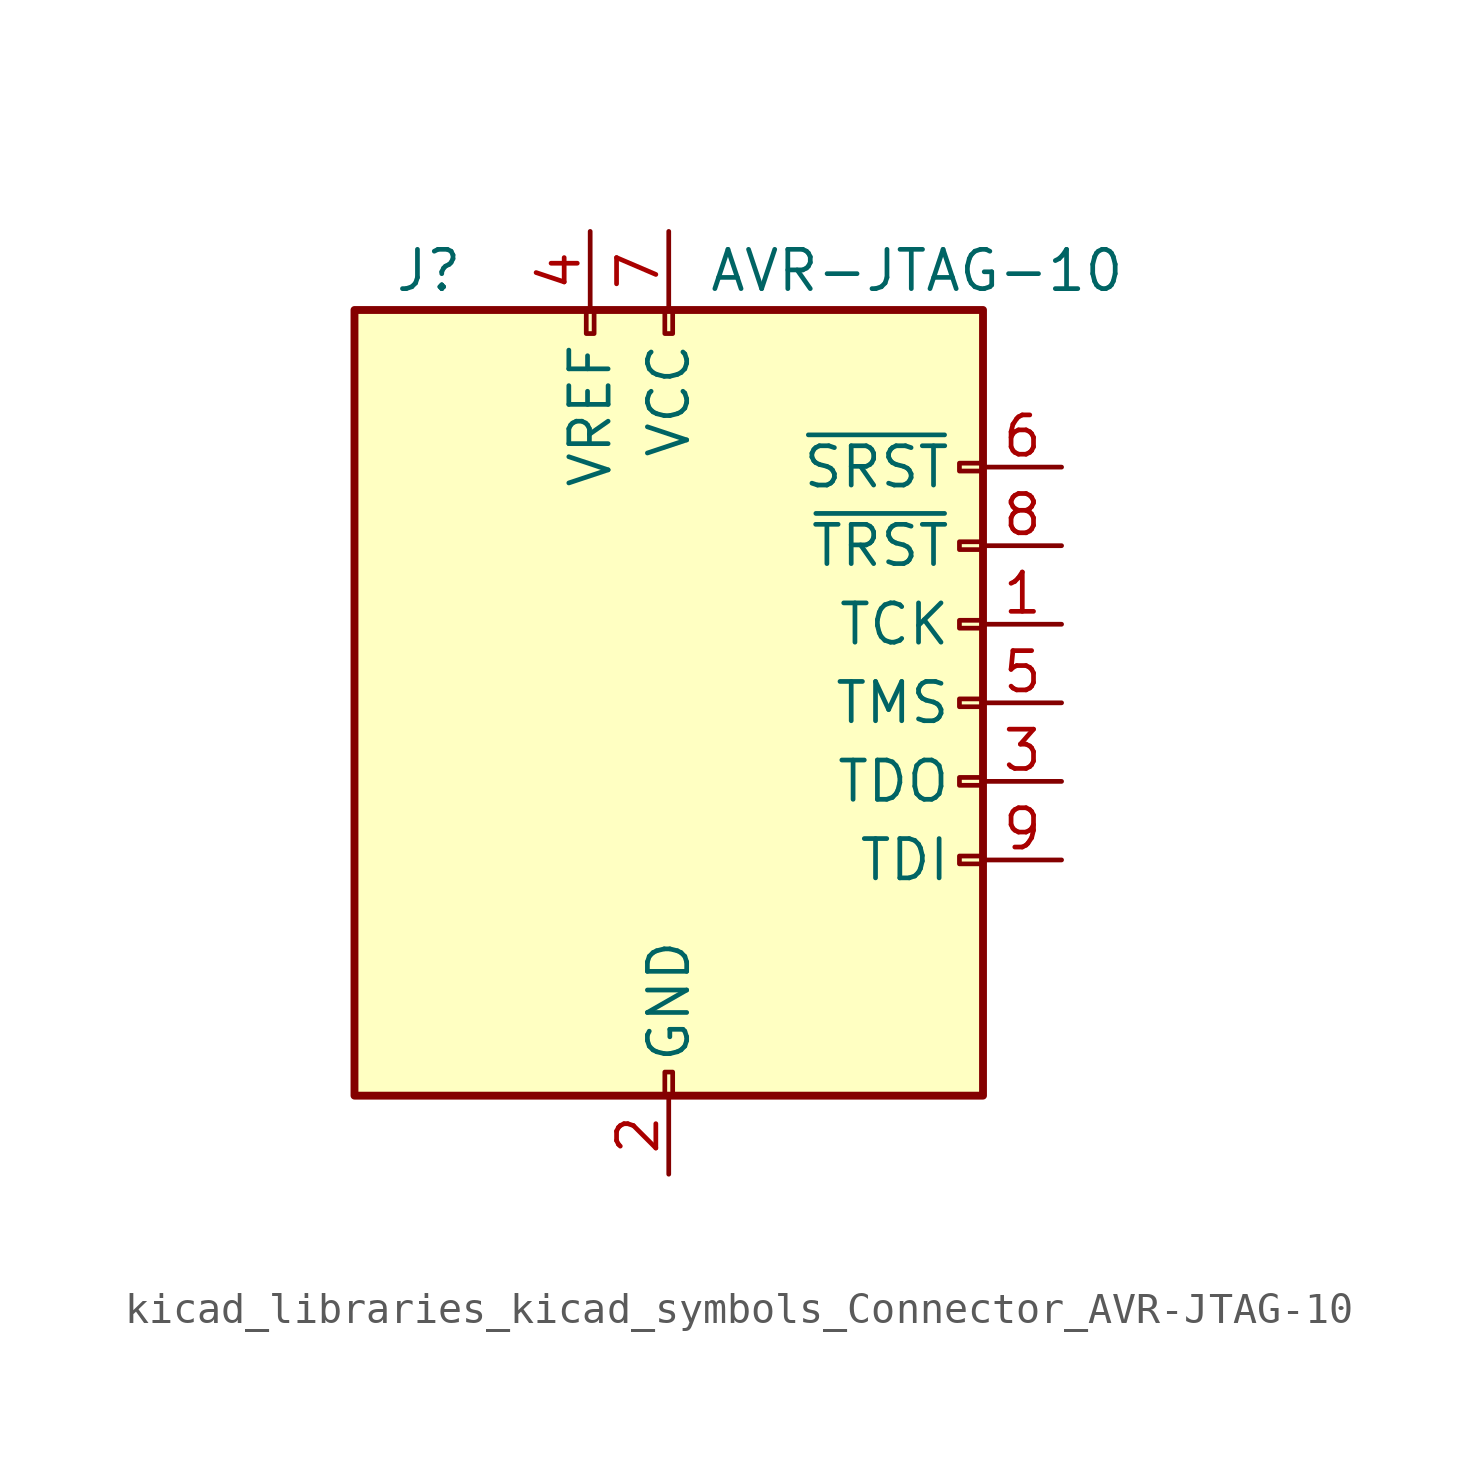
<source format=kicad_sym>
(kicad_symbol_lib
  (version 20220914)
  (generator kicad_symbol_editor)
  (symbol "kicad_libraries_kicad_symbols_Connector_AVR-JTAG-10"
    (pin_names
      (offset 1.016))
    (property "Reference" "J"
      (at -8.89 13.97 0)
      (effects (font (size 1.27 1.27)) (justify left)))
    (property "Value" "AVR-JTAG-10"
      (at 1.27 13.97 0)
      (effects (font (size 1.27 1.27)) (justify left)))
    (symbol "kicad_libraries_kicad_symbols_Connector_AVR-JTAG-10_0_1"
      (rectangle (start -2.667 12.7) (end -2.413 11.938) (stroke (width 0) (type default)) (fill (type none)))
      (rectangle (start -0.127 -11.938) (end 0.127 -12.7) (stroke (width 0) (type default)) (fill (type none)))
      (rectangle (start -0.127 12.7) (end 0.127 11.938) (stroke (width 0) (type default)) (fill (type none)))
      (rectangle (start 10.16 -4.953) (end 9.398 -5.207) (stroke (width 0) (type default)) (fill (type none)))
      (rectangle (start 10.16 -2.413) (end 9.398 -2.667) (stroke (width 0) (type default)) (fill (type none)))
      (rectangle (start 10.16 0.127) (end 9.398 -0.127) (stroke (width 0) (type default)) (fill (type none)))
      (rectangle (start 10.16 2.667) (end 9.398 2.413) (stroke (width 0) (type default)) (fill (type none)))
      (rectangle (start 10.16 5.207) (end 9.398 4.953) (stroke (width 0) (type default)) (fill (type none)))
      (rectangle (start 10.16 7.747) (end 9.398 7.493) (stroke (width 0) (type default)) (fill (type none)))
      (rectangle (start 10.16 12.7) (end -10.16 -12.7) (stroke (width 0.254) (type default)) (fill (type background))))
    (symbol "kicad_libraries_kicad_symbols_Connector_AVR-JTAG-10_1_1"
      (pin passive line (at 12.7 2.54 180) (length 2.54) (name "TCK" (effects (font (size 1.27 1.27)))) (number "1" (effects (font (size 1.27 1.27)))))
      (pin passive line (at 0 -15.24 90) (length 2.54) hide (name "GND" (effects (font (size 1.27 1.27)))) (number "10" (effects (font (size 1.27 1.27)))))
      (pin passive line (at 0 -15.24 90) (length 2.54) (name "GND" (effects (font (size 1.27 1.27)))) (number "2" (effects (font (size 1.27 1.27)))))
      (pin passive line (at 12.7 -2.54 180) (length 2.54) (name "TDO" (effects (font (size 1.27 1.27)))) (number "3" (effects (font (size 1.27 1.27)))))
      (pin passive line (at -2.54 15.24 270) (length 2.54) (name "VREF" (effects (font (size 1.27 1.27)))) (number "4" (effects (font (size 1.27 1.27)))))
      (pin passive line (at 12.7 0 180) (length 2.54) (name "TMS" (effects (font (size 1.27 1.27)))) (number "5" (effects (font (size 1.27 1.27)))))
      (pin passive line (at 12.7 7.62 180) (length 2.54) (name "~{SRST}" (effects (font (size 1.27 1.27)))) (number "6" (effects (font (size 1.27 1.27)))))
      (pin passive line (at 0 15.24 270) (length 2.54) (name "VCC" (effects (font (size 1.27 1.27)))) (number "7" (effects (font (size 1.27 1.27)))))
      (pin passive line (at 12.7 5.08 180) (length 2.54) (name "~{TRST}" (effects (font (size 1.27 1.27)))) (number "8" (effects (font (size 1.27 1.27)))))
      (pin passive line (at 12.7 -5.08 180) (length 2.54) (name "TDI" (effects (font (size 1.27 1.27)))) (number "9" (effects (font (size 1.27 1.27))))))))
</source>
